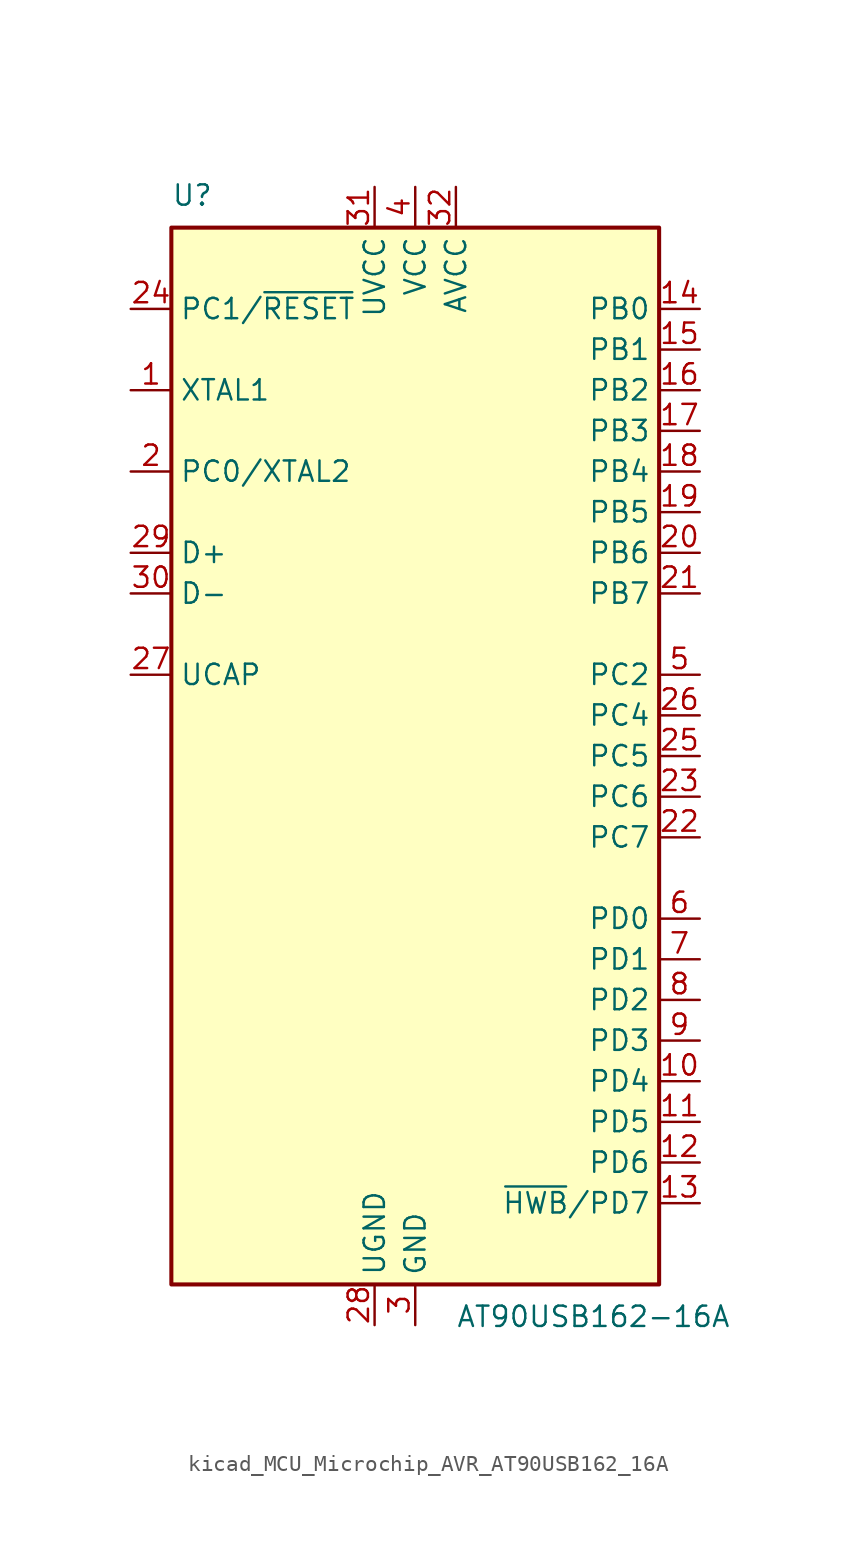
<source format=kicad_sym>
(kicad_symbol_lib
  (version 20220914)
  (generator kicad_symbol_editor)
  (symbol "kicad_MCU_Microchip_AVR_AT90USB162_16A"
    (property "Reference" "U"
      (at -15.24 34.29 0)
      (effects (font (size 1.27 1.27)) (justify left bottom)))
    (property "Value" "AT90USB162-16A"
      (at 2.54 -34.29 0)
      (effects (font (size 1.27 1.27)) (justify left top)))
    (symbol "kicad_MCU_Microchip_AVR_AT90USB162_16A_0_1"
      (rectangle (start -15.24 -33.02) (end 15.24 33.02) (stroke (width 0.254) (type default)) (fill (type background))))
    (symbol "kicad_MCU_Microchip_AVR_AT90USB162_16A_1_1"
      (pin input line (at -17.78 22.86 0) (length 2.54) (name "XTAL1" (effects (font (size 1.27 1.27)))) (number "1" (effects (font (size 1.27 1.27)))))
      (pin bidirectional line (at 17.78 -20.32 180) (length 2.54) (name "PD4" (effects (font (size 1.27 1.27)))) (number "10" (effects (font (size 1.27 1.27)))))
      (pin bidirectional line (at 17.78 -22.86 180) (length 2.54) (name "PD5" (effects (font (size 1.27 1.27)))) (number "11" (effects (font (size 1.27 1.27)))))
      (pin bidirectional line (at 17.78 -25.4 180) (length 2.54) (name "PD6" (effects (font (size 1.27 1.27)))) (number "12" (effects (font (size 1.27 1.27)))))
      (pin bidirectional line (at 17.78 -27.94 180) (length 2.54) (name "~{HWB}/PD7" (effects (font (size 1.27 1.27)))) (number "13" (effects (font (size 1.27 1.27)))))
      (pin bidirectional line (at 17.78 27.94 180) (length 2.54) (name "PB0" (effects (font (size 1.27 1.27)))) (number "14" (effects (font (size 1.27 1.27)))))
      (pin bidirectional line (at 17.78 25.4 180) (length 2.54) (name "PB1" (effects (font (size 1.27 1.27)))) (number "15" (effects (font (size 1.27 1.27)))))
      (pin bidirectional line (at 17.78 22.86 180) (length 2.54) (name "PB2" (effects (font (size 1.27 1.27)))) (number "16" (effects (font (size 1.27 1.27)))))
      (pin bidirectional line (at 17.78 20.32 180) (length 2.54) (name "PB3" (effects (font (size 1.27 1.27)))) (number "17" (effects (font (size 1.27 1.27)))))
      (pin bidirectional line (at 17.78 17.78 180) (length 2.54) (name "PB4" (effects (font (size 1.27 1.27)))) (number "18" (effects (font (size 1.27 1.27)))))
      (pin bidirectional line (at 17.78 15.24 180) (length 2.54) (name "PB5" (effects (font (size 1.27 1.27)))) (number "19" (effects (font (size 1.27 1.27)))))
      (pin bidirectional line (at -17.78 17.78 0) (length 2.54) (name "PC0/XTAL2" (effects (font (size 1.27 1.27)))) (number "2" (effects (font (size 1.27 1.27)))))
      (pin bidirectional line (at 17.78 12.7 180) (length 2.54) (name "PB6" (effects (font (size 1.27 1.27)))) (number "20" (effects (font (size 1.27 1.27)))))
      (pin bidirectional line (at 17.78 10.16 180) (length 2.54) (name "PB7" (effects (font (size 1.27 1.27)))) (number "21" (effects (font (size 1.27 1.27)))))
      (pin bidirectional line (at 17.78 -5.08 180) (length 2.54) (name "PC7" (effects (font (size 1.27 1.27)))) (number "22" (effects (font (size 1.27 1.27)))))
      (pin bidirectional line (at 17.78 -2.54 180) (length 2.54) (name "PC6" (effects (font (size 1.27 1.27)))) (number "23" (effects (font (size 1.27 1.27)))))
      (pin bidirectional line (at -17.78 27.94 0) (length 2.54) (name "PC1/~{RESET}" (effects (font (size 1.27 1.27)))) (number "24" (effects (font (size 1.27 1.27)))))
      (pin bidirectional line (at 17.78 0 180) (length 2.54) (name "PC5" (effects (font (size 1.27 1.27)))) (number "25" (effects (font (size 1.27 1.27)))))
      (pin bidirectional line (at 17.78 2.54 180) (length 2.54) (name "PC4" (effects (font (size 1.27 1.27)))) (number "26" (effects (font (size 1.27 1.27)))))
      (pin passive line (at -17.78 5.08 0) (length 2.54) (name "UCAP" (effects (font (size 1.27 1.27)))) (number "27" (effects (font (size 1.27 1.27)))))
      (pin power_in line (at -2.54 -35.56 90) (length 2.54) (name "UGND" (effects (font (size 1.27 1.27)))) (number "28" (effects (font (size 1.27 1.27)))))
      (pin bidirectional line (at -17.78 12.7 0) (length 2.54) (name "D+" (effects (font (size 1.27 1.27)))) (number "29" (effects (font (size 1.27 1.27)))))
      (pin power_in line (at 0 -35.56 90) (length 2.54) (name "GND" (effects (font (size 1.27 1.27)))) (number "3" (effects (font (size 1.27 1.27)))))
      (pin bidirectional line (at -17.78 10.16 0) (length 2.54) (name "D-" (effects (font (size 1.27 1.27)))) (number "30" (effects (font (size 1.27 1.27)))))
      (pin power_in line (at -2.54 35.56 270) (length 2.54) (name "UVCC" (effects (font (size 1.27 1.27)))) (number "31" (effects (font (size 1.27 1.27)))))
      (pin power_in line (at 2.54 35.56 270) (length 2.54) (name "AVCC" (effects (font (size 1.27 1.27)))) (number "32" (effects (font (size 1.27 1.27)))))
      (pin power_in line (at 0 35.56 270) (length 2.54) (name "VCC" (effects (font (size 1.27 1.27)))) (number "4" (effects (font (size 1.27 1.27)))))
      (pin bidirectional line (at 17.78 5.08 180) (length 2.54) (name "PC2" (effects (font (size 1.27 1.27)))) (number "5" (effects (font (size 1.27 1.27)))))
      (pin bidirectional line (at 17.78 -10.16 180) (length 2.54) (name "PD0" (effects (font (size 1.27 1.27)))) (number "6" (effects (font (size 1.27 1.27)))))
      (pin bidirectional line (at 17.78 -12.7 180) (length 2.54) (name "PD1" (effects (font (size 1.27 1.27)))) (number "7" (effects (font (size 1.27 1.27)))))
      (pin bidirectional line (at 17.78 -15.24 180) (length 2.54) (name "PD2" (effects (font (size 1.27 1.27)))) (number "8" (effects (font (size 1.27 1.27)))))
      (pin bidirectional line (at 17.78 -17.78 180) (length 2.54) (name "PD3" (effects (font (size 1.27 1.27)))) (number "9" (effects (font (size 1.27 1.27))))))))
</source>
